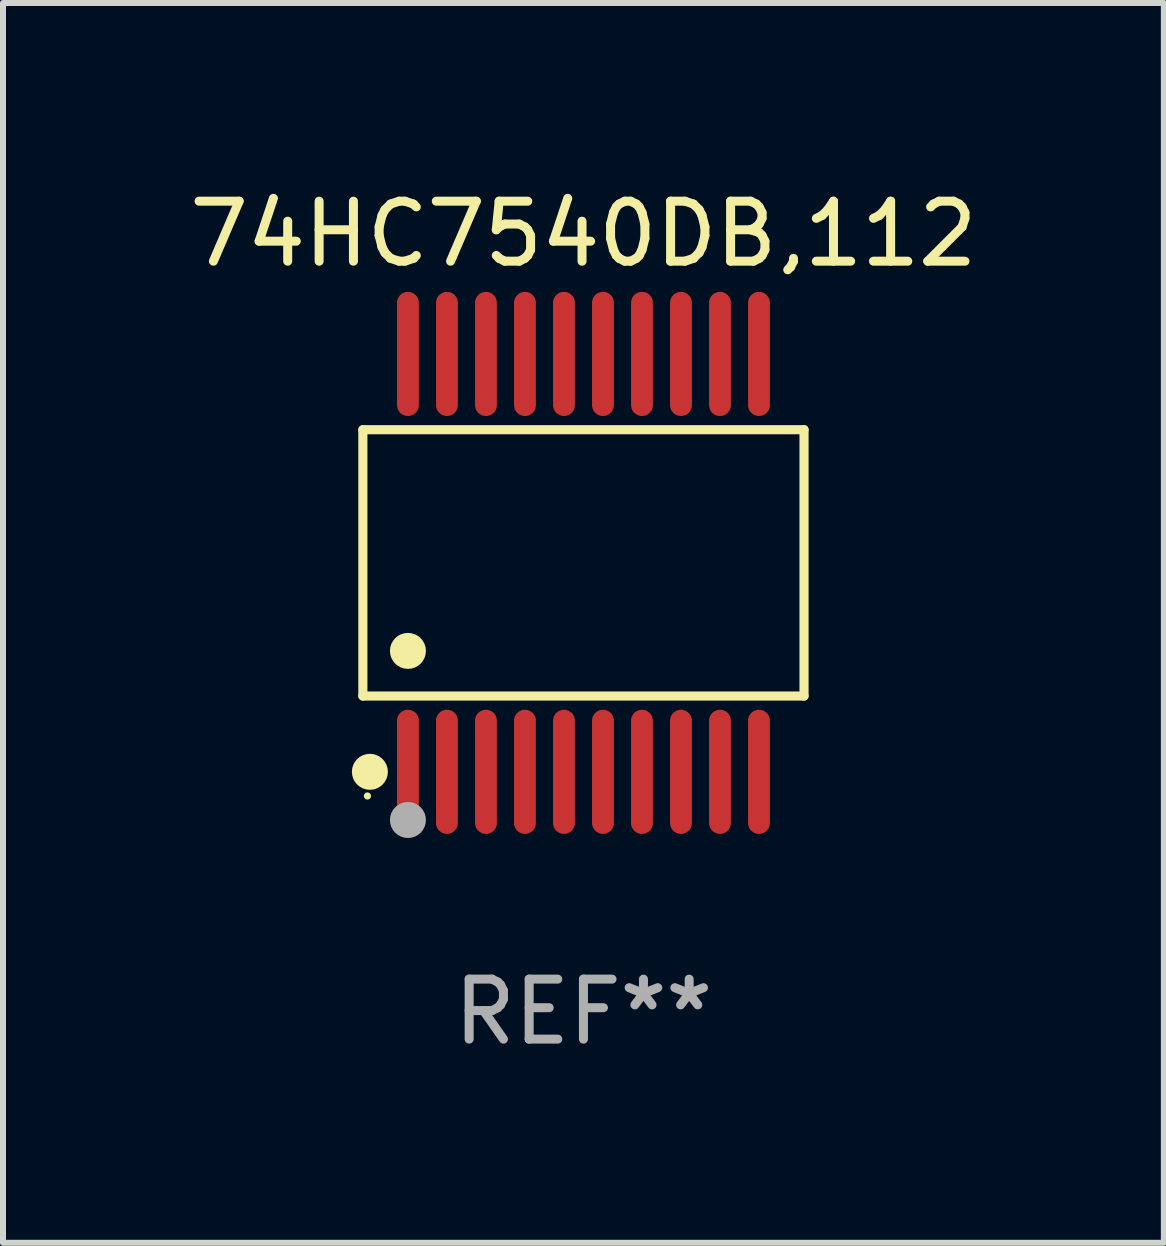
<source format=kicad_pcb>
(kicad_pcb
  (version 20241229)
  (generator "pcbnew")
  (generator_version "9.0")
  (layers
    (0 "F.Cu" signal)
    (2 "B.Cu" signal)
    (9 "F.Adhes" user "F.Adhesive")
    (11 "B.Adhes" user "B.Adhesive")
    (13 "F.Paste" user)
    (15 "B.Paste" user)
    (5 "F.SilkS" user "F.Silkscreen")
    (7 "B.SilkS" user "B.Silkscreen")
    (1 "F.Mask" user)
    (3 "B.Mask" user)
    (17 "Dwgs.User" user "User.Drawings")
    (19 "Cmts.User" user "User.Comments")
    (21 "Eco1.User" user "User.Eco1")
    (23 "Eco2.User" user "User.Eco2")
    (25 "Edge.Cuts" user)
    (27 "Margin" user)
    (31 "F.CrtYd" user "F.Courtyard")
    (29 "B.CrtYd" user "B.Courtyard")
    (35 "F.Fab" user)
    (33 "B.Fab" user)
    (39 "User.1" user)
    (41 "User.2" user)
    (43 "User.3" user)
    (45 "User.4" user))
  (footprint "74HC7540DB,112"
    (layer "F.Cu")
    (at 6.673 6.33)
    (property "Reference" "74HC7540DB,112" (at 0 -5.482 0) (layer "F.SilkS") (effects (font (size 1 1) (thickness 0.15))))
    (attr through_hole)
    (fp_line (start -3.676 -2.219) (end 3.676 -2.219) (stroke (width 0.152) (type solid)) (layer "F.SilkS"))
    (fp_line (start -3.676 2.219) (end -3.676 -2.219) (stroke (width 0.152) (type solid)) (layer "F.SilkS"))
    (fp_line (start 3.676 -2.219) (end 3.676 2.219) (stroke (width 0.152) (type solid)) (layer "F.SilkS"))
    (fp_line (start 3.676 2.219) (end -3.676 2.219) (stroke (width 0.152) (type solid)) (layer "F.SilkS"))
    (fp_circle (center -3.6 3.885) (end -3.57 3.885) (stroke (width 0.06) (type solid)) (fill no) (layer "F.SilkS"))
    (fp_circle (center -3.559 3.482) (end -3.409 3.482) (stroke (width 0.3) (type solid)) (fill no) (layer "F.SilkS"))
    (fp_circle (center -2.925 1.467) (end -2.775 1.467) (stroke (width 0.3) (type solid)) (fill no) (layer "F.SilkS"))
    (fp_circle (center -2.925 4.285) (end -2.775 4.285) (stroke (width 0.3) (type solid)) (fill no) (layer "F.Fab"))
    (fp_text user "REF**" (at 0 7.482 0) (layer "F.Fab") (effects (font (size 1 1) (thickness 0.15))))
    (pad "1" smd oval (at -2.925 3.482) (size 0.364 2.069) (layers "F.Cu" "F.Mask" "F.Paste"))
    (pad "2" smd oval (at -2.275 3.482) (size 0.364 2.069) (layers "F.Cu" "F.Mask" "F.Paste"))
    (pad "3" smd oval (at -1.625 3.482) (size 0.364 2.069) (layers "F.Cu" "F.Mask" "F.Paste"))
    (pad "4" smd oval (at -0.975 3.482) (size 0.364 2.069) (layers "F.Cu" "F.Mask" "F.Paste"))
    (pad "5" smd oval (at -0.325 3.482) (size 0.364 2.069) (layers "F.Cu" "F.Mask" "F.Paste"))
    (pad "6" smd oval (at 0.325 3.482) (size 0.364 2.069) (layers "F.Cu" "F.Mask" "F.Paste"))
    (pad "7" smd oval (at 0.975 3.482) (size 0.364 2.069) (layers "F.Cu" "F.Mask" "F.Paste"))
    (pad "8" smd oval (at 1.625 3.482) (size 0.364 2.069) (layers "F.Cu" "F.Mask" "F.Paste"))
    (pad "9" smd oval (at 2.275 3.482) (size 0.364 2.069) (layers "F.Cu" "F.Mask" "F.Paste"))
    (pad "10" smd oval (at 2.925 3.482) (size 0.364 2.069) (layers "F.Cu" "F.Mask" "F.Paste"))
    (pad "11" smd oval (at 2.925 -3.482) (size 0.364 2.069) (layers "F.Cu" "F.Mask" "F.Paste"))
    (pad "12" smd oval (at 2.275 -3.482) (size 0.364 2.069) (layers "F.Cu" "F.Mask" "F.Paste"))
    (pad "13" smd oval (at 1.625 -3.482) (size 0.364 2.069) (layers "F.Cu" "F.Mask" "F.Paste"))
    (pad "14" smd oval (at 0.975 -3.482) (size 0.364 2.069) (layers "F.Cu" "F.Mask" "F.Paste"))
    (pad "15" smd oval (at 0.325 -3.482) (size 0.364 2.069) (layers "F.Cu" "F.Mask" "F.Paste"))
    (pad "16" smd oval (at -0.325 -3.482) (size 0.364 2.069) (layers "F.Cu" "F.Mask" "F.Paste"))
    (pad "17" smd oval (at -0.975 -3.482) (size 0.364 2.069) (layers "F.Cu" "F.Mask" "F.Paste"))
    (pad "18" smd oval (at -1.625 -3.482) (size 0.364 2.069) (layers "F.Cu" "F.Mask" "F.Paste"))
    (pad "19" smd oval (at -2.275 -3.482) (size 0.364 2.069) (layers "F.Cu" "F.Mask" "F.Paste"))
    (pad "20" smd oval (at -2.925 -3.482) (size 0.364 2.069) (layers "F.Cu" "F.Mask" "F.Paste")))
  (gr_rect
    (start -3 -3)
    (end 16.345 17.661)
    (stroke (width 0.1) (type default))
    (fill no)
    (layer "Edge.Cuts")))
</source>
